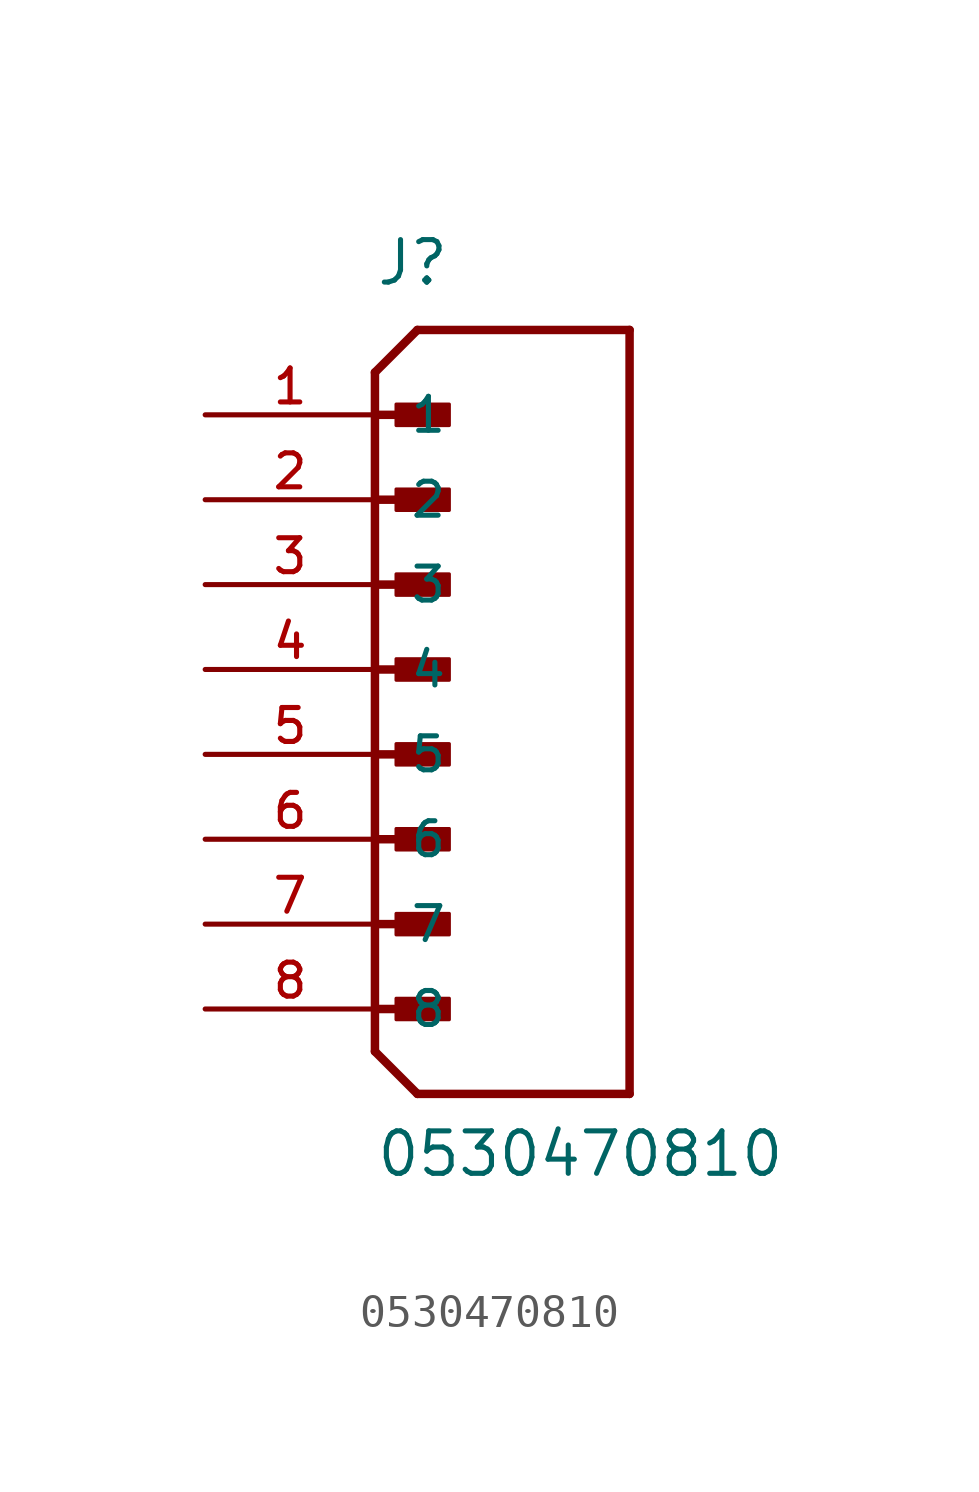
<source format=kicad_sym>
(kicad_symbol_lib
  (version 20211014)
  (generator kicad_symbol_editor)
  (symbol "0530470810"
    (pin_names
      (offset 1.016))
    (property "Reference" "J"
      (at 0.0 11.43 0)
      (effects (font (size 1.27 1.27)) (justify bottom left)))
    (property "Value" "0530470810"
      (at 0.0 -15.24 0)
      (effects (font (size 1.27 1.27)) (justify bottom left)))
    (symbol "0530470810_0_0"
      (polyline (pts (xy 0.0 8.89) (xy 1.27 10.16)) (stroke (width 0.254)))
      (polyline (pts (xy 0.0 8.89) (xy 0.0 7.62)) (stroke (width 0.254)))
      (polyline (pts (xy 0.0 7.62) (xy 0.0 -11.43)) (stroke (width 0.254)))
      (polyline (pts (xy 0.0 -11.43) (xy 1.27 -12.7)) (stroke (width 0.254)))
      (polyline (pts (xy 1.27 -12.7) (xy 7.62 -12.7)) (stroke (width 0.254)))
      (polyline (pts (xy 7.62 -12.7) (xy 7.62 10.16)) (stroke (width 0.254)))
      (polyline (pts (xy 7.62 10.16) (xy 1.27 10.16)) (stroke (width 0.254)))
      (polyline (pts (xy 0.0 7.62) (xy 1.905 7.62)) (stroke (width 0.254)))
      (rectangle (start 0.635 7.303) (end 2.223 7.938) (stroke (width 0.1)) (fill (type outline)))
      (polyline (pts (xy 0.0 5.08) (xy 1.905 5.08)) (stroke (width 0.254)))
      (rectangle (start 0.635 4.763) (end 2.223 5.397) (stroke (width 0.1)) (fill (type outline)))
      (polyline (pts (xy 0.0 2.54) (xy 1.905 2.54)) (stroke (width 0.254)))
      (rectangle (start 0.635 2.223) (end 2.223 2.857) (stroke (width 0.1)) (fill (type outline)))
      (polyline (pts (xy 0.0 0.0) (xy 1.905 0.0)) (stroke (width 0.254)))
      (rectangle (start 0.635 -0.318) (end 2.223 0.318) (stroke (width 0.1)) (fill (type outline)))
      (polyline (pts (xy 0.0 -2.54) (xy 1.905 -2.54)) (stroke (width 0.254)))
      (rectangle (start 0.635 -2.857) (end 2.223 -2.223) (stroke (width 0.1)) (fill (type outline)))
      (polyline (pts (xy 0.0 -5.08) (xy 1.905 -5.08)) (stroke (width 0.254)))
      (rectangle (start 0.635 -5.397) (end 2.223 -4.763) (stroke (width 0.1)) (fill (type outline)))
      (polyline (pts (xy 0.0 -7.62) (xy 1.905 -7.62)) (stroke (width 0.254)))
      (rectangle (start 0.635 -7.938) (end 2.223 -7.303) (stroke (width 0.1)) (fill (type outline)))
      (polyline (pts (xy 0.0 -10.16) (xy 1.905 -10.16)) (stroke (width 0.254)))
      (rectangle (start 0.635 -10.477) (end 2.223 -9.842) (stroke (width 0.1)) (fill (type outline)))
      (pin passive line (at -5.08 7.62 0) (length 5.08) (name "1" (effects (font (size 1.016 1.016)))) (number "1" (effects (font (size 1.016 1.016)))))
      (pin passive line (at -5.08 5.08 0) (length 5.08) (name "2" (effects (font (size 1.016 1.016)))) (number "2" (effects (font (size 1.016 1.016)))))
      (pin passive line (at -5.08 2.54 0) (length 5.08) (name "3" (effects (font (size 1.016 1.016)))) (number "3" (effects (font (size 1.016 1.016)))))
      (pin passive line (at -5.08 0.0 0) (length 5.08) (name "4" (effects (font (size 1.016 1.016)))) (number "4" (effects (font (size 1.016 1.016)))))
      (pin passive line (at -5.08 -2.54 0) (length 5.08) (name "5" (effects (font (size 1.016 1.016)))) (number "5" (effects (font (size 1.016 1.016)))))
      (pin passive line (at -5.08 -5.08 0) (length 5.08) (name "6" (effects (font (size 1.016 1.016)))) (number "6" (effects (font (size 1.016 1.016)))))
      (pin passive line (at -5.08 -7.62 0) (length 5.08) (name "7" (effects (font (size 1.016 1.016)))) (number "7" (effects (font (size 1.016 1.016)))))
      (pin passive line (at -5.08 -10.16 0) (length 5.08) (name "8" (effects (font (size 1.016 1.016)))) (number "8" (effects (font (size 1.016 1.016))))))))
</source>
